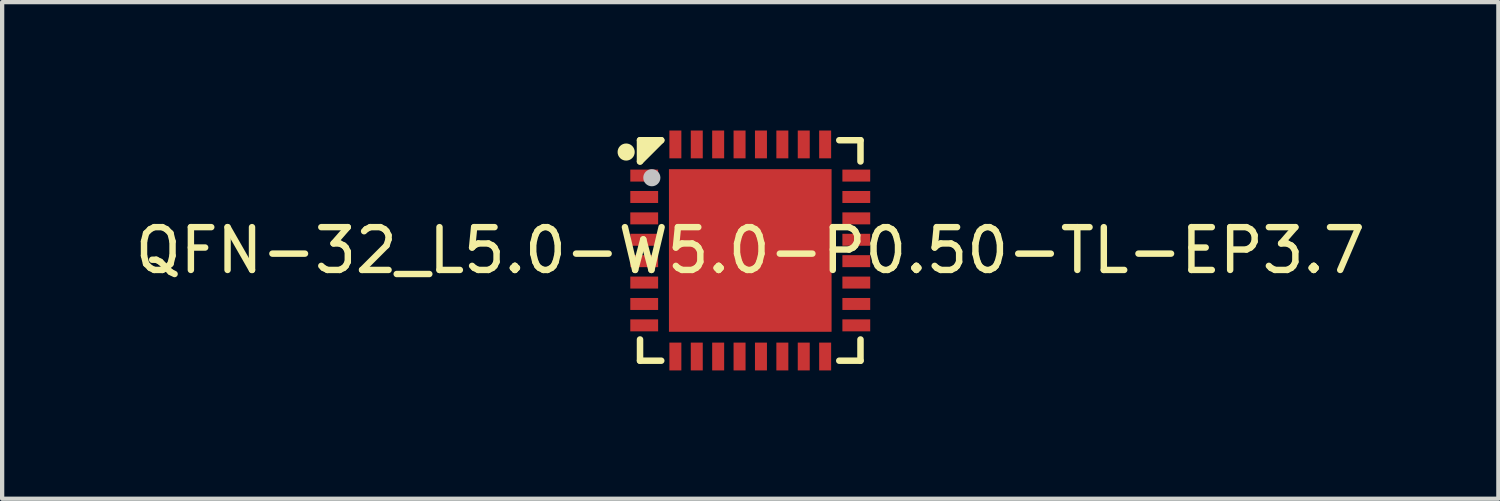
<source format=kicad_pcb>
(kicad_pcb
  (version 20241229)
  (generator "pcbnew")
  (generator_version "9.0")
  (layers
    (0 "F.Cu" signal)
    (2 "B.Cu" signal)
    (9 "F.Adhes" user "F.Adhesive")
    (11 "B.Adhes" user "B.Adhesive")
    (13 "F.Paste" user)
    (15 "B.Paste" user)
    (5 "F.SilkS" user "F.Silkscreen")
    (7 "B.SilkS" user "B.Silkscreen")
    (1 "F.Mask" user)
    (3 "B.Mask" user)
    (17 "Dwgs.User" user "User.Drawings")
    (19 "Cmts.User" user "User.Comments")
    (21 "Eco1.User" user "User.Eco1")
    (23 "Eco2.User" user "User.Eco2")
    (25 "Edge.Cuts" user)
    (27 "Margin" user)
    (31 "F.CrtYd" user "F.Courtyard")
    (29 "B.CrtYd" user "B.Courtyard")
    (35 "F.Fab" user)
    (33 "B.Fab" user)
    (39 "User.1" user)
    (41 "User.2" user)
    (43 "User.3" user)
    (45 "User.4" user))
  (footprint "QFN-32_L5.0-W5.0-P0.50-TL-EP3.7"
    (layer "F.Cu")
    (at 14.482 2.803)
    (property "Reference" "QFN-32_L5.0-W5.0-P0.50-TL-EP3.7" (at 0 0 0) (layer "F.SilkS") (effects (font (size 1 1) (thickness 0.15))))
    (fp_line (start -2.576 -2.576) (end -2.576 -2.08) (stroke (width 0.152) (type default)) (layer "F.SilkS"))
    (fp_line (start -2.576 2.576) (end -2.576 2.08) (stroke (width 0.152) (type default)) (layer "F.SilkS"))
    (fp_line (start -2.08 -2.576) (end -2.576 -2.576) (stroke (width 0.152) (type default)) (layer "F.SilkS"))
    (fp_line (start -2.08 -2.576) (end -2.576 -2.08) (stroke (width 0.152) (type default)) (layer "F.SilkS"))
    (fp_line (start -2.08 2.576) (end -2.576 2.576) (stroke (width 0.152) (type default)) (layer "F.SilkS"))
    (fp_line (start 2.08 -2.576) (end 2.576 -2.576) (stroke (width 0.152) (type default)) (layer "F.SilkS"))
    (fp_line (start 2.08 2.576) (end 2.576 2.576) (stroke (width 0.152) (type default)) (layer "F.SilkS"))
    (fp_line (start 2.576 -2.576) (end 2.576 -2.08) (stroke (width 0.152) (type default)) (layer "F.SilkS"))
    (fp_line (start 2.576 2.576) (end 2.576 2.08) (stroke (width 0.152) (type default)) (layer "F.SilkS"))
    (fp_circle (center -2.9 -2.3) (end -2.8 -2.3) (stroke (width 0.2) (type default)) (fill no) (layer "F.SilkS"))
    (fp_poly (pts (xy -2.1 -2.576) (xy -2.1 -2.557) (xy -2.576 -2.08) (xy -2.576 -2.5)) (stroke (width 0) (type default)) (fill yes) (layer "F.SilkS"))
    (fp_poly (pts (xy -2.803 -1.89) (xy -2.152 -1.89) (xy -2.152 -1.61) (xy -2.803 -1.61)) (stroke (width 0) (type default)) (fill yes) (layer "F.Paste"))
    (fp_poly (pts (xy -2.803 -1.39) (xy -2.152 -1.39) (xy -2.152 -1.11) (xy -2.803 -1.11)) (stroke (width 0) (type default)) (fill yes) (layer "F.Paste"))
    (fp_poly (pts (xy -2.803 -0.89) (xy -2.152 -0.89) (xy -2.152 -0.61) (xy -2.803 -0.61)) (stroke (width 0) (type default)) (fill yes) (layer "F.Paste"))
    (fp_poly (pts (xy -2.803 -0.39) (xy -2.152 -0.39) (xy -2.152 -0.11) (xy -2.803 -0.11)) (stroke (width 0) (type default)) (fill yes) (layer "F.Paste"))
    (fp_poly (pts (xy -2.803 0.11) (xy -2.152 0.11) (xy -2.152 0.39) (xy -2.803 0.39)) (stroke (width 0) (type default)) (fill yes) (layer "F.Paste"))
    (fp_poly (pts (xy -2.803 0.61) (xy -2.152 0.61) (xy -2.152 0.89) (xy -2.803 0.89)) (stroke (width 0) (type default)) (fill yes) (layer "F.Paste"))
    (fp_poly (pts (xy -2.803 1.11) (xy -2.152 1.11) (xy -2.152 1.39) (xy -2.803 1.39)) (stroke (width 0) (type default)) (fill yes) (layer "F.Paste"))
    (fp_poly (pts (xy -2.803 1.61) (xy -2.152 1.61) (xy -2.152 1.89) (xy -2.803 1.89)) (stroke (width 0) (type default)) (fill yes) (layer "F.Paste"))
    (fp_poly (pts (xy -1.89 -2.803) (xy -1.61 -2.803) (xy -1.61 -2.152) (xy -1.89 -2.152)) (stroke (width 0) (type default)) (fill yes) (layer "F.Paste"))
    (fp_poly (pts (xy -1.89 2.152) (xy -1.61 2.152) (xy -1.61 2.803) (xy -1.89 2.803)) (stroke (width 0) (type default)) (fill yes) (layer "F.Paste"))
    (fp_poly (pts (xy -1.52 -1.52) (xy 1.52 -1.52) (xy 1.52 1.52) (xy -1.52 1.52)) (stroke (width 0) (type default)) (fill yes) (layer "F.Paste"))
    (fp_poly (pts (xy -1.39 -2.803) (xy -1.11 -2.803) (xy -1.11 -2.152) (xy -1.39 -2.152)) (stroke (width 0) (type default)) (fill yes) (layer "F.Paste"))
    (fp_poly (pts (xy -1.39 2.152) (xy -1.11 2.152) (xy -1.11 2.803) (xy -1.39 2.803)) (stroke (width 0) (type default)) (fill yes) (layer "F.Paste"))
    (fp_poly (pts (xy -0.89 -2.803) (xy -0.61 -2.803) (xy -0.61 -2.152) (xy -0.89 -2.152)) (stroke (width 0) (type default)) (fill yes) (layer "F.Paste"))
    (fp_poly (pts (xy -0.89 2.152) (xy -0.61 2.152) (xy -0.61 2.803) (xy -0.89 2.803)) (stroke (width 0) (type default)) (fill yes) (layer "F.Paste"))
    (fp_poly (pts (xy -0.39 -2.803) (xy -0.11 -2.803) (xy -0.11 -2.152) (xy -0.39 -2.152)) (stroke (width 0) (type default)) (fill yes) (layer "F.Paste"))
    (fp_poly (pts (xy -0.39 2.152) (xy -0.11 2.152) (xy -0.11 2.803) (xy -0.39 2.803)) (stroke (width 0) (type default)) (fill yes) (layer "F.Paste"))
    (fp_poly (pts (xy 0.11 -2.803) (xy 0.39 -2.803) (xy 0.39 -2.152) (xy 0.11 -2.152)) (stroke (width 0) (type default)) (fill yes) (layer "F.Paste"))
    (fp_poly (pts (xy 0.11 2.152) (xy 0.39 2.152) (xy 0.39 2.803) (xy 0.11 2.803)) (stroke (width 0) (type default)) (fill yes) (layer "F.Paste"))
    (fp_poly (pts (xy 0.61 -2.803) (xy 0.89 -2.803) (xy 0.89 -2.152) (xy 0.61 -2.152)) (stroke (width 0) (type default)) (fill yes) (layer "F.Paste"))
    (fp_poly (pts (xy 0.61 2.152) (xy 0.89 2.152) (xy 0.89 2.803) (xy 0.61 2.803)) (stroke (width 0) (type default)) (fill yes) (layer "F.Paste"))
    (fp_poly (pts (xy 1.11 -2.803) (xy 1.39 -2.803) (xy 1.39 -2.152) (xy 1.11 -2.152)) (stroke (width 0) (type default)) (fill yes) (layer "F.Paste"))
    (fp_poly (pts (xy 1.11 2.152) (xy 1.39 2.152) (xy 1.39 2.803) (xy 1.11 2.803)) (stroke (width 0) (type default)) (fill yes) (layer "F.Paste"))
    (fp_poly (pts (xy 1.61 -2.803) (xy 1.89 -2.803) (xy 1.89 -2.152) (xy 1.61 -2.152)) (stroke (width 0) (type default)) (fill yes) (layer "F.Paste"))
    (fp_poly (pts (xy 1.61 2.152) (xy 1.89 2.152) (xy 1.89 2.803) (xy 1.61 2.803)) (stroke (width 0) (type default)) (fill yes) (layer "F.Paste"))
    (fp_poly (pts (xy 2.152 -1.89) (xy 2.803 -1.89) (xy 2.803 -1.61) (xy 2.152 -1.61)) (stroke (width 0) (type default)) (fill yes) (layer "F.Paste"))
    (fp_poly (pts (xy 2.152 -1.39) (xy 2.803 -1.39) (xy 2.803 -1.11) (xy 2.152 -1.11)) (stroke (width 0) (type default)) (fill yes) (layer "F.Paste"))
    (fp_poly (pts (xy 2.152 -0.89) (xy 2.803 -0.89) (xy 2.803 -0.61) (xy 2.152 -0.61)) (stroke (width 0) (type default)) (fill yes) (layer "F.Paste"))
    (fp_poly (pts (xy 2.152 -0.39) (xy 2.803 -0.39) (xy 2.803 -0.11) (xy 2.152 -0.11)) (stroke (width 0) (type default)) (fill yes) (layer "F.Paste"))
    (fp_poly (pts (xy 2.152 0.11) (xy 2.803 0.11) (xy 2.803 0.39) (xy 2.152 0.39)) (stroke (width 0) (type default)) (fill yes) (layer "F.Paste"))
    (fp_poly (pts (xy 2.152 0.61) (xy 2.803 0.61) (xy 2.803 0.89) (xy 2.152 0.89)) (stroke (width 0) (type default)) (fill yes) (layer "F.Paste"))
    (fp_poly (pts (xy 2.152 1.11) (xy 2.803 1.11) (xy 2.803 1.39) (xy 2.152 1.39)) (stroke (width 0) (type default)) (fill yes) (layer "F.Paste"))
    (fp_poly (pts (xy 2.152 1.61) (xy 2.803 1.61) (xy 2.803 1.89) (xy 2.152 1.89)) (stroke (width 0) (type default)) (fill yes) (layer "F.Paste"))
    (fp_circle (center -2.3 -1.7) (end -2.2 -1.7) (stroke (width 0.2) (type default)) (fill no) (layer "Dwgs.User"))
    (fp_poly (pts (xy -2.5 -1.875) (xy -2.2 -1.875) (xy -2.2 -1.625) (xy -2.5 -1.625)) (stroke (width 0.1) (type default)) (fill no) (layer "User.1"))
    (fp_poly (pts (xy -2.5 -1.375) (xy -2.2 -1.375) (xy -2.2 -1.125) (xy -2.5 -1.125)) (stroke (width 0.1) (type default)) (fill no) (layer "User.1"))
    (fp_poly (pts (xy -2.5 -0.875) (xy -2.2 -0.875) (xy -2.2 -0.625) (xy -2.5 -0.625)) (stroke (width 0.1) (type default)) (fill no) (layer "User.1"))
    (fp_poly (pts (xy -2.5 -0.375) (xy -2.2 -0.375) (xy -2.2 -0.125) (xy -2.5 -0.125)) (stroke (width 0.1) (type default)) (fill no) (layer "User.1"))
    (fp_poly (pts (xy -2.5 0.125) (xy -2.2 0.125) (xy -2.2 0.375) (xy -2.5 0.375)) (stroke (width 0.1) (type default)) (fill no) (layer "User.1"))
    (fp_poly (pts (xy -2.5 0.625) (xy -2.2 0.625) (xy -2.2 0.875) (xy -2.5 0.875)) (stroke (width 0.1) (type default)) (fill no) (layer "User.1"))
    (fp_poly (pts (xy -2.5 1.125) (xy -2.2 1.125) (xy -2.2 1.375) (xy -2.5 1.375)) (stroke (width 0.1) (type default)) (fill no) (layer "User.1"))
    (fp_poly (pts (xy -2.5 1.625) (xy -2.2 1.625) (xy -2.2 1.875) (xy -2.5 1.875)) (stroke (width 0.1) (type default)) (fill no) (layer "User.1"))
    (fp_poly (pts (xy -1.875 -2.2) (xy -1.625 -2.2) (xy -1.625 -2.5) (xy -1.875 -2.5)) (stroke (width 0.1) (type default)) (fill no) (layer "User.1"))
    (fp_poly (pts (xy -1.875 2.2) (xy -1.625 2.2) (xy -1.625 2.5) (xy -1.875 2.5)) (stroke (width 0.1) (type default)) (fill no) (layer "User.1"))
    (fp_poly (pts (xy -1.375 -2.2) (xy -1.125 -2.2) (xy -1.125 -2.5) (xy -1.375 -2.5)) (stroke (width 0.1) (type default)) (fill no) (layer "User.1"))
    (fp_poly (pts (xy -1.375 2.2) (xy -1.125 2.2) (xy -1.125 2.5) (xy -1.375 2.5)) (stroke (width 0.1) (type default)) (fill no) (layer "User.1"))
    (fp_poly (pts (xy -0.875 -2.2) (xy -0.625 -2.2) (xy -0.625 -2.5) (xy -0.875 -2.5)) (stroke (width 0.1) (type default)) (fill no) (layer "User.1"))
    (fp_poly (pts (xy -0.875 2.2) (xy -0.625 2.2) (xy -0.625 2.5) (xy -0.875 2.5)) (stroke (width 0.1) (type default)) (fill no) (layer "User.1"))
    (fp_poly (pts (xy -0.375 -2.2) (xy -0.125 -2.2) (xy -0.125 -2.5) (xy -0.375 -2.5)) (stroke (width 0.1) (type default)) (fill no) (layer "User.1"))
    (fp_poly (pts (xy -0.375 2.2) (xy -0.125 2.2) (xy -0.125 2.5) (xy -0.375 2.5)) (stroke (width 0.1) (type default)) (fill no) (layer "User.1"))
    (fp_poly (pts (xy 0.125 -2.2) (xy 0.375 -2.2) (xy 0.375 -2.5) (xy 0.125 -2.5)) (stroke (width 0.1) (type default)) (fill no) (layer "User.1"))
    (fp_poly (pts (xy 0.125 2.2) (xy 0.375 2.2) (xy 0.375 2.5) (xy 0.125 2.5)) (stroke (width 0.1) (type default)) (fill no) (layer "User.1"))
    (fp_poly (pts (xy 0.625 -2.2) (xy 0.875 -2.2) (xy 0.875 -2.5) (xy 0.625 -2.5)) (stroke (width 0.1) (type default)) (fill no) (layer "User.1"))
    (fp_poly (pts (xy 0.625 2.2) (xy 0.875 2.2) (xy 0.875 2.5) (xy 0.625 2.5)) (stroke (width 0.1) (type default)) (fill no) (layer "User.1"))
    (fp_poly (pts (xy 1.125 -2.2) (xy 1.375 -2.2) (xy 1.375 -2.5) (xy 1.125 -2.5)) (stroke (width 0.1) (type default)) (fill no) (layer "User.1"))
    (fp_poly (pts (xy 1.125 2.2) (xy 1.375 2.2) (xy 1.375 2.5) (xy 1.125 2.5)) (stroke (width 0.1) (type default)) (fill no) (layer "User.1"))
    (fp_poly (pts (xy 1.625 -2.2) (xy 1.875 -2.2) (xy 1.875 -2.5) (xy 1.625 -2.5)) (stroke (width 0.1) (type default)) (fill no) (layer "User.1"))
    (fp_poly (pts (xy 1.625 2.2) (xy 1.875 2.2) (xy 1.875 2.5) (xy 1.625 2.5)) (stroke (width 0.1) (type default)) (fill no) (layer "User.1"))
    (fp_poly (pts (xy 2.5 -1.875) (xy 2.2 -1.875) (xy 2.2 -1.625) (xy 2.5 -1.625)) (stroke (width 0.1) (type default)) (fill no) (layer "User.1"))
    (fp_poly (pts (xy 2.5 -1.375) (xy 2.2 -1.375) (xy 2.2 -1.125) (xy 2.5 -1.125)) (stroke (width 0.1) (type default)) (fill no) (layer "User.1"))
    (fp_poly (pts (xy 2.5 -0.875) (xy 2.2 -0.875) (xy 2.2 -0.625) (xy 2.5 -0.625)) (stroke (width 0.1) (type default)) (fill no) (layer "User.1"))
    (fp_poly (pts (xy 2.5 -0.375) (xy 2.2 -0.375) (xy 2.2 -0.125) (xy 2.5 -0.125)) (stroke (width 0.1) (type default)) (fill no) (layer "User.1"))
    (fp_poly (pts (xy 2.5 0.125) (xy 2.2 0.125) (xy 2.2 0.375) (xy 2.5 0.375)) (stroke (width 0.1) (type default)) (fill no) (layer "User.1"))
    (fp_poly (pts (xy 2.5 0.625) (xy 2.2 0.625) (xy 2.2 0.875) (xy 2.5 0.875)) (stroke (width 0.1) (type default)) (fill no) (layer "User.1"))
    (fp_poly (pts (xy 2.5 1.125) (xy 2.2 1.125) (xy 2.2 1.375) (xy 2.5 1.375)) (stroke (width 0.1) (type default)) (fill no) (layer "User.1"))
    (fp_poly (pts (xy 2.5 1.625) (xy 2.2 1.625) (xy 2.2 1.875) (xy 2.5 1.875)) (stroke (width 0.1) (type default)) (fill no) (layer "User.1"))
    (fp_poly (pts (xy -1.52 -1.9) (xy 1.9 -1.9) (xy 1.9 1.9) (xy -1.9 1.9) (xy -1.9 -1.52)) (stroke (width 0.1) (type default)) (fill no) (layer "User.1"))
    (fp_line (start -2.5 -2.5) (end 2.5 -2.5) (stroke (width 0.051) (type default)) (layer "User.2"))
    (fp_line (start -2.5 2.5) (end -2.5 -2.5) (stroke (width 0.051) (type default)) (layer "User.2"))
    (fp_line (start 2.5 -2.5) (end 2.5 2.5) (stroke (width 0.051) (type default)) (layer "User.2"))
    (fp_line (start 2.5 2.5) (end -2.5 2.5) (stroke (width 0.051) (type default)) (layer "User.2"))
    (fp_poly (pts (xy -2.445 -2.523) (xy -2.477 -2.555) (xy -2.523 -2.555) (xy -2.555 -2.523) (xy -2.555 -2.477) (xy -2.523 -2.445) (xy -2.477 -2.445) (xy -2.445 -2.477)) (stroke (width 0.1) (type default)) (fill no) (layer "User.3"))
    (pad "1" smd rect (at -2.478 -1.75) (size 0.65 0.28) (layers "F.Cu" "F.Mask" "F.Paste"))
    (pad "2" smd rect (at -2.478 -1.25) (size 0.65 0.28) (layers "F.Cu" "F.Mask" "F.Paste"))
    (pad "3" smd rect (at -2.478 -0.75) (size 0.65 0.28) (layers "F.Cu" "F.Mask" "F.Paste"))
    (pad "4" smd rect (at -2.478 -0.25) (size 0.65 0.28) (layers "F.Cu" "F.Mask" "F.Paste"))
    (pad "5" smd rect (at -2.478 0.25) (size 0.65 0.28) (layers "F.Cu" "F.Mask" "F.Paste"))
    (pad "6" smd rect (at -2.478 0.75) (size 0.65 0.28) (layers "F.Cu" "F.Mask" "F.Paste"))
    (pad "7" smd rect (at -2.478 1.25) (size 0.65 0.28) (layers "F.Cu" "F.Mask" "F.Paste"))
    (pad "8" smd rect (at -2.478 1.75) (size 0.65 0.28) (layers "F.Cu" "F.Mask" "F.Paste"))
    (pad "9" smd rect (at -1.75 2.478) (size 0.28 0.65) (layers "F.Cu" "F.Mask" "F.Paste"))
    (pad "10" smd rect (at -1.25 2.478) (size 0.28 0.65) (layers "F.Cu" "F.Mask" "F.Paste"))
    (pad "11" smd rect (at -0.75 2.478) (size 0.28 0.65) (layers "F.Cu" "F.Mask" "F.Paste"))
    (pad "12" smd rect (at -0.25 2.478) (size 0.28 0.65) (layers "F.Cu" "F.Mask" "F.Paste"))
    (pad "13" smd rect (at 0.25 2.478) (size 0.28 0.65) (layers "F.Cu" "F.Mask" "F.Paste"))
    (pad "14" smd rect (at 0.75 2.478) (size 0.28 0.65) (layers "F.Cu" "F.Mask" "F.Paste"))
    (pad "15" smd rect (at 1.25 2.478) (size 0.28 0.65) (layers "F.Cu" "F.Mask" "F.Paste"))
    (pad "16" smd rect (at 1.75 2.478) (size 0.28 0.65) (layers "F.Cu" "F.Mask" "F.Paste"))
    (pad "17" smd rect (at 2.478 1.75) (size 0.65 0.28) (layers "F.Cu" "F.Mask" "F.Paste"))
    (pad "18" smd rect (at 2.478 1.25) (size 0.65 0.28) (layers "F.Cu" "F.Mask" "F.Paste"))
    (pad "19" smd rect (at 2.478 0.75) (size 0.65 0.28) (layers "F.Cu" "F.Mask" "F.Paste"))
    (pad "20" smd rect (at 2.478 0.25) (size 0.65 0.28) (layers "F.Cu" "F.Mask" "F.Paste"))
    (pad "21" smd rect (at 2.478 -0.25) (size 0.65 0.28) (layers "F.Cu" "F.Mask" "F.Paste"))
    (pad "22" smd rect (at 2.478 -0.75) (size 0.65 0.28) (layers "F.Cu" "F.Mask" "F.Paste"))
    (pad "23" smd rect (at 2.478 -1.25) (size 0.65 0.28) (layers "F.Cu" "F.Mask" "F.Paste"))
    (pad "24" smd rect (at 2.478 -1.75) (size 0.65 0.28) (layers "F.Cu" "F.Mask" "F.Paste"))
    (pad "25" smd rect (at 1.75 -2.478) (size 0.28 0.65) (layers "F.Cu" "F.Mask" "F.Paste"))
    (pad "26" smd rect (at 1.25 -2.478) (size 0.28 0.65) (layers "F.Cu" "F.Mask" "F.Paste"))
    (pad "27" smd rect (at 0.75 -2.478) (size 0.28 0.65) (layers "F.Cu" "F.Mask" "F.Paste"))
    (pad "28" smd rect (at 0.25 -2.478) (size 0.28 0.65) (layers "F.Cu" "F.Mask" "F.Paste"))
    (pad "29" smd rect (at -0.25 -2.478) (size 0.28 0.65) (layers "F.Cu" "F.Mask" "F.Paste"))
    (pad "30" smd rect (at -0.75 -2.478) (size 0.28 0.65) (layers "F.Cu" "F.Mask" "F.Paste"))
    (pad "31" smd rect (at -1.25 -2.478) (size 0.28 0.65) (layers "F.Cu" "F.Mask" "F.Paste"))
    (pad "32" smd rect (at -1.75 -2.478) (size 0.28 0.65) (layers "F.Cu" "F.Mask" "F.Paste"))
    (pad "33" smd rect (at 0 0) (size 3.8 3.8) (layers "F.Cu" "F.Mask" "F.Paste")))
  (gr_rect
    (start -3 -3)
    (end 31.964 8.605)
    (stroke (width 0.1) (type default))
    (fill no)
    (layer "Edge.Cuts")))
</source>
